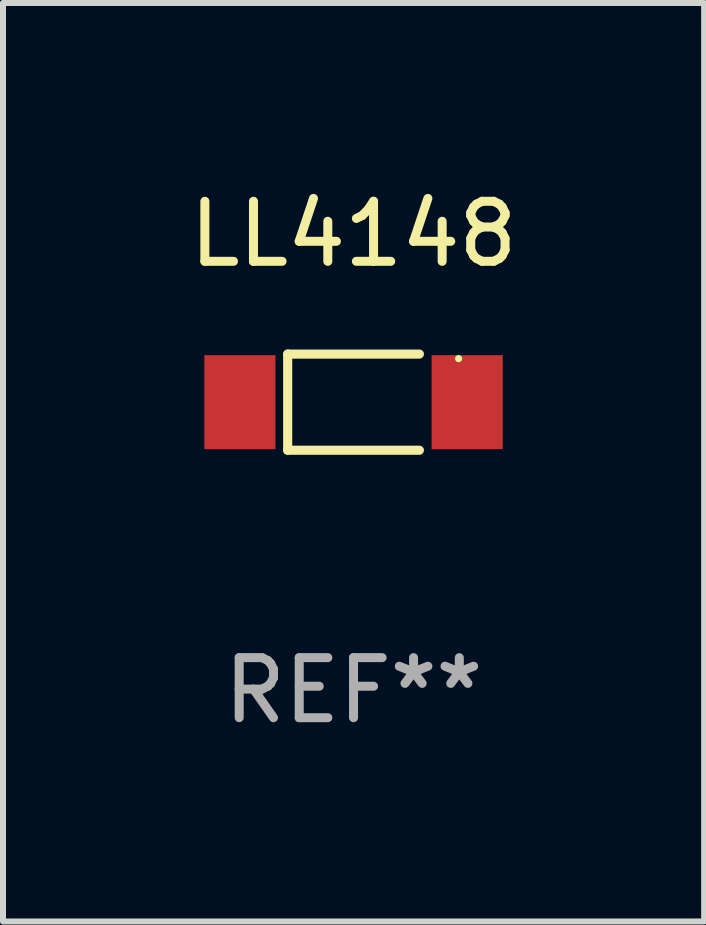
<source format=kicad_pcb>
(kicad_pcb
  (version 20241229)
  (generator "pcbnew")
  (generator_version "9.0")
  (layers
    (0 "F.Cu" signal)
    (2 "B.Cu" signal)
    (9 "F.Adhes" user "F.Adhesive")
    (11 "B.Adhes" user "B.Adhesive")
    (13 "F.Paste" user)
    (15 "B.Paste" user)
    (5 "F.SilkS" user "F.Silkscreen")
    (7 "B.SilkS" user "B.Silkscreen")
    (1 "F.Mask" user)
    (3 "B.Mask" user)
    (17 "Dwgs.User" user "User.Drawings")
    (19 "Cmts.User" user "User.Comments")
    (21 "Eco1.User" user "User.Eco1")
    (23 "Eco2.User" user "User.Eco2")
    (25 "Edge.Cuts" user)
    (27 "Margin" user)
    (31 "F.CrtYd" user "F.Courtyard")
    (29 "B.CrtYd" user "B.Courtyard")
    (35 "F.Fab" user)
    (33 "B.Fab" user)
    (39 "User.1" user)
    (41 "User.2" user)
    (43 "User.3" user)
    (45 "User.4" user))
  (footprint "LL4148"
    (layer "F.Cu")
    (at 2.839 3.649)
    (property "Reference" "LL4148" (at 0 -2.801 0) (layer "F.SilkS") (effects (font (size 1 1) (thickness 0.15))))
    (attr through_hole)
    (fp_line (start -1.097 -0.801) (end -1.097 0.801) (stroke (width 0.152) (type solid)) (layer "F.SilkS"))
    (fp_line (start -1.097 -0.801) (end 1.097 -0.801) (stroke (width 0.152) (type solid)) (layer "F.SilkS"))
    (fp_line (start -1.097 0.801) (end 1.097 0.801) (stroke (width 0.152) (type solid)) (layer "F.SilkS"))
    (fp_circle (center 1.75 -0.725) (end 1.78 -0.725) (stroke (width 0.06) (type solid)) (fill no) (layer "F.SilkS"))
    (fp_text user "REF**" (at 0 4.801 0) (layer "F.Fab") (effects (font (size 1 1) (thickness 0.15))))
    (pad "1" smd rect (at 1.893 0) (size 1.185 1.566) (layers "F.Cu" "F.Mask" "F.Paste"))
    (pad "2" smd rect (at -1.893 0) (size 1.185 1.566) (layers "F.Cu" "F.Mask" "F.Paste")))
  (gr_rect
    (start -3 -3)
    (end 8.679 12.299)
    (stroke (width 0.1) (type default))
    (fill no)
    (layer "Edge.Cuts")))
</source>
